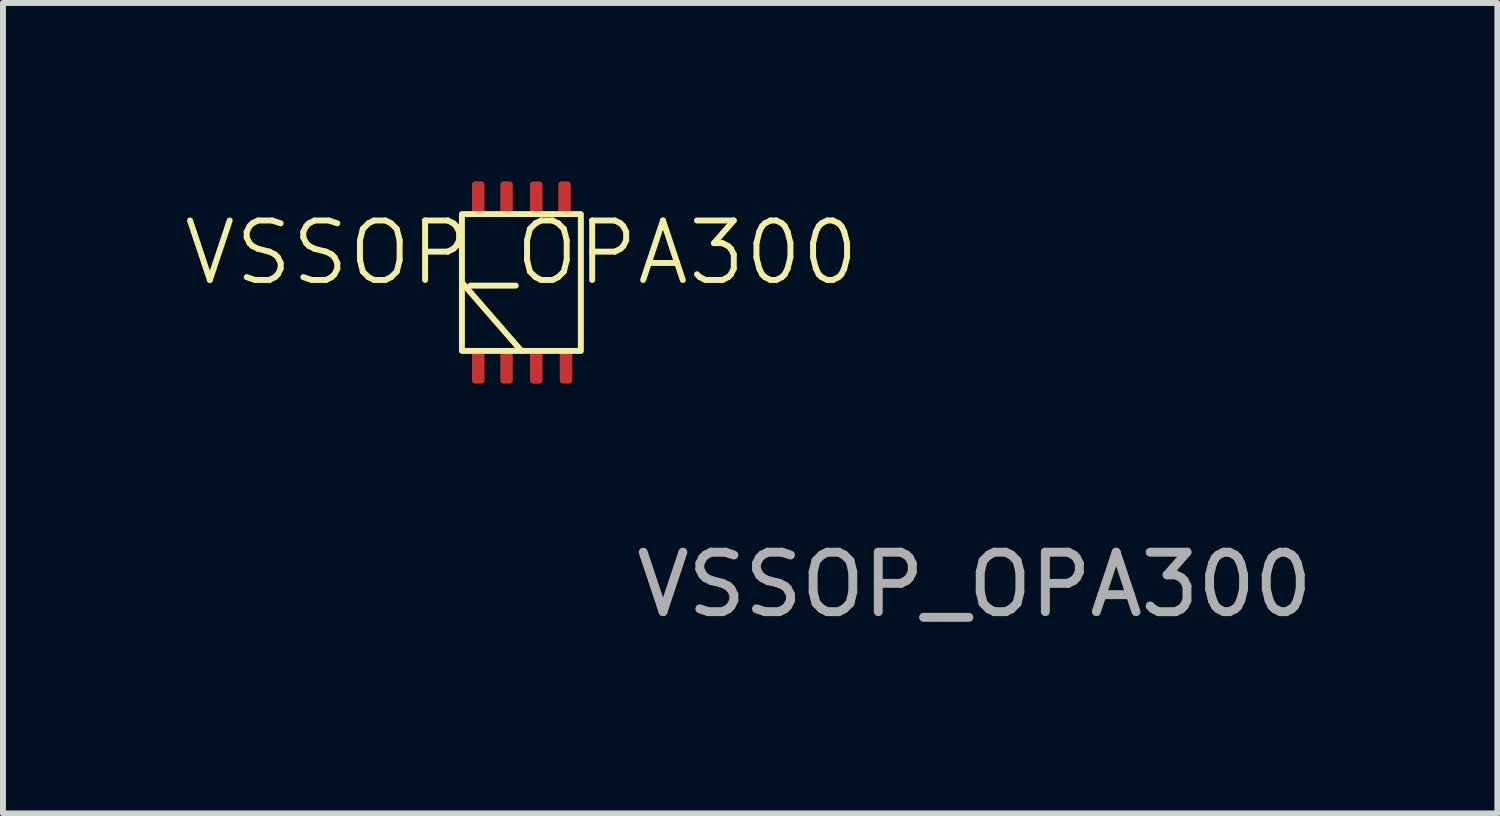
<source format=kicad_pcb>
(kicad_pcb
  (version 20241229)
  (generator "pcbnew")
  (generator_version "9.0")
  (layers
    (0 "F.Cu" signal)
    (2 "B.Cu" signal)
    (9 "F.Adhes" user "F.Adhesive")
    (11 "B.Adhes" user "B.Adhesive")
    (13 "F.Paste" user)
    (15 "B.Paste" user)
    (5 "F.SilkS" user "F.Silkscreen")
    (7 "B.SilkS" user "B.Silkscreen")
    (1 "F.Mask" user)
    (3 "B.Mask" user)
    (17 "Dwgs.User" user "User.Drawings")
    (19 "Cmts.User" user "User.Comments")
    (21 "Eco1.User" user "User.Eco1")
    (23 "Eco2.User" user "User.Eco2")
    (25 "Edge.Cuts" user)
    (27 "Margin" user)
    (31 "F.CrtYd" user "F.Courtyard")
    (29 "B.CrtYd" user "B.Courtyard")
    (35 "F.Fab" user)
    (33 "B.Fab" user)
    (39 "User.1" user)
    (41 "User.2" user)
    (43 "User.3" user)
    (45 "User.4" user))
  (footprint "VSSOP_OPA300"
    (layer "F.Cu")
    (at 5.717 1.7)
    (property "Reference" "VSSOP_OPA300" (at 0 -0.5 0) (unlocked yes) (layer "F.SilkS") (effects (font (size 1 1) (thickness 0.1))))
    (attr smd)
    (fp_line (start -1 0) (end 0 1.15) (stroke (width 0.1) (type default)) (layer "F.SilkS"))
    (fp_rect (start -1 -1.15) (end 1 1.15) (stroke (width 0.1) (type default)) (fill no) (layer "F.SilkS"))
    (fp_text user "${REFERENCE}" (at 7.62 5.08 0) (unlocked yes) (layer "F.Fab") (effects (font (size 1 1) (thickness 0.15))))
    (pad "1" smd roundrect (at -0.725 1.425 180) (size 0.21 0.55) (layers "F.Cu" "F.Mask" "F.Paste") (roundrect_rratio 0.25))
    (pad "2" smd roundrect (at -0.25 1.425 180) (size 0.21 0.55) (layers "F.Cu" "F.Mask" "F.Paste") (roundrect_rratio 0.25))
    (pad "3" smd roundrect (at 0.25 1.425 180) (size 0.21 0.55) (layers "F.Cu" "F.Mask" "F.Paste") (roundrect_rratio 0.25))
    (pad "4" smd roundrect (at 0.75 1.425 180) (size 0.21 0.55) (layers "F.Cu" "F.Mask" "F.Paste") (roundrect_rratio 0.25))
    (pad "5" smd roundrect (at 0.725 -1.425 180) (size 0.21 0.55) (layers "F.Cu" "F.Mask" "F.Paste") (roundrect_rratio 0.25))
    (pad "6" smd roundrect (at 0.25 -1.425 180) (size 0.21 0.55) (layers "F.Cu" "F.Mask" "F.Paste") (roundrect_rratio 0.25))
    (pad "7" smd roundrect (at -0.25 -1.425 180) (size 0.21 0.55) (layers "F.Cu" "F.Mask" "F.Paste") (roundrect_rratio 0.25))
    (pad "8" smd roundrect (at -0.725 -1.425 180) (size 0.21 0.55) (layers "F.Cu" "F.Mask" "F.Paste") (roundrect_rratio 0.25)))
  (gr_rect
    (start -3 -3)
    (end 22.128 10.628)
    (stroke (width 0.1) (type default))
    (fill no)
    (layer "Edge.Cuts")))
</source>
